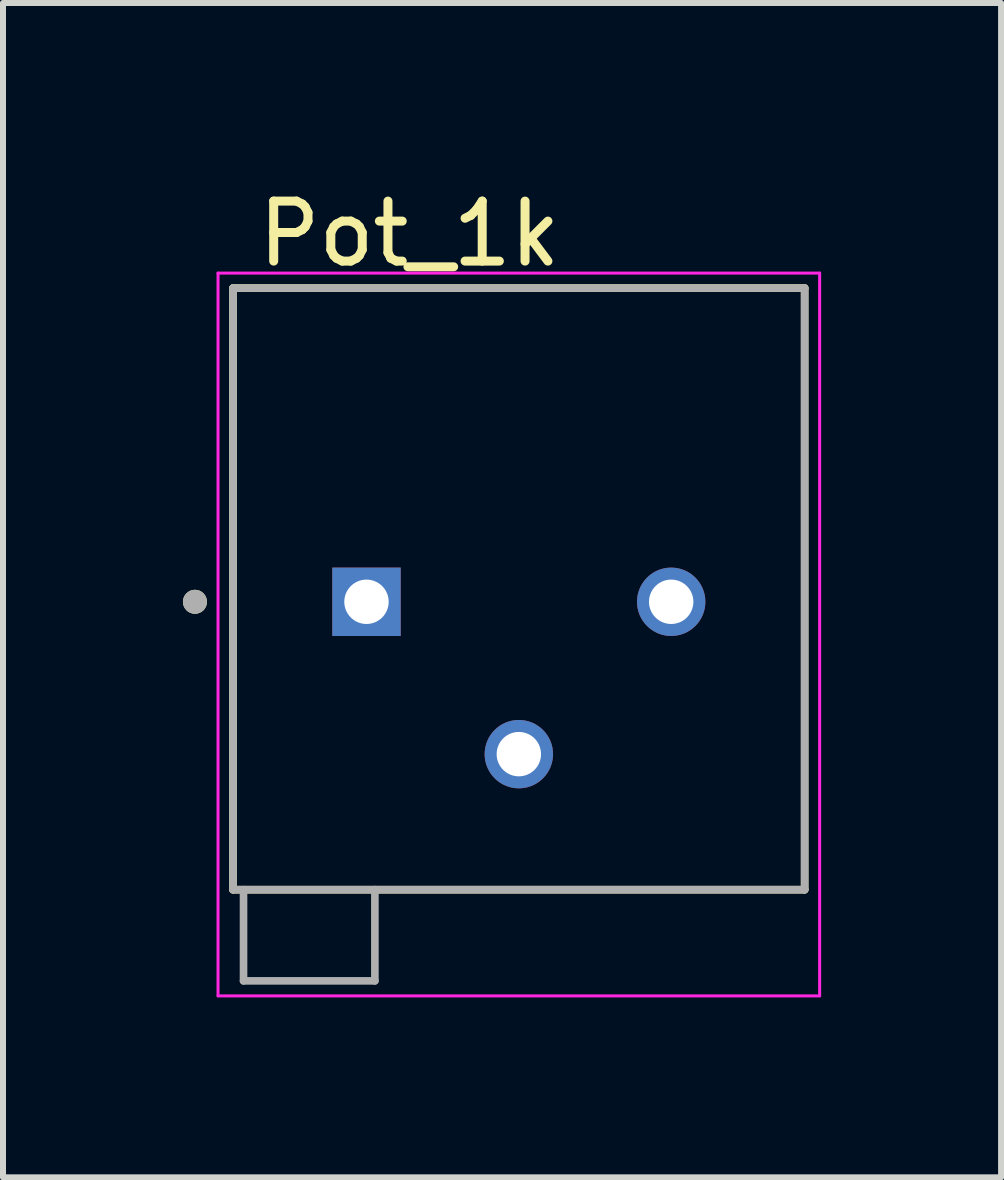
<source format=kicad_pcb>
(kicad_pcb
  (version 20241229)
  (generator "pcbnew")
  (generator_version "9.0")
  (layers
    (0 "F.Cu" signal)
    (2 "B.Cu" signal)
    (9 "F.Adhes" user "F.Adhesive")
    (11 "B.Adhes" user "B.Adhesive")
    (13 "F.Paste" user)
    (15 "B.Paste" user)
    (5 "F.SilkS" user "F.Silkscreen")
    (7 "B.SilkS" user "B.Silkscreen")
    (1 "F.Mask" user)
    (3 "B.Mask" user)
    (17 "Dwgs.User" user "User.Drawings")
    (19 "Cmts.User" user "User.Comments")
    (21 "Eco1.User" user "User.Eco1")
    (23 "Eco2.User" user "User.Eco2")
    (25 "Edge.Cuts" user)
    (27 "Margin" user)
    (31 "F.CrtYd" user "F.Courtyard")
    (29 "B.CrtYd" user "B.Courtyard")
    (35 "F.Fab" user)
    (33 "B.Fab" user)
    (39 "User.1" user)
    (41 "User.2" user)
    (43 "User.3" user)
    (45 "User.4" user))
  (footprint "Pot_1k"
    (layer "F.Cu")
    (at 5.6 6.983)
    (property "Reference" "Pot_1k" (at -1.825 -6.135 0) (layer "F.SilkS") (effects (font (size 1 1) (thickness 0.15))))
    (attr through_hole)
    (fp_line (start -4.765 -5.23) (end 4.765 -5.23) (stroke (width 0.127) (type solid)) (layer "F.SilkS"))
    (fp_line (start -4.765 4.8) (end -4.765 -5.23) (stroke (width 0.127) (type solid)) (layer "F.SilkS"))
    (fp_line (start 4.765 -5.23) (end 4.765 4.8) (stroke (width 0.127) (type solid)) (layer "F.SilkS"))
    (fp_line (start 4.765 4.8) (end -4.765 4.8) (stroke (width 0.127) (type solid)) (layer "F.SilkS"))
    (fp_circle (center -5.4 0) (end -5.3 0) (stroke (width 0.2) (type solid)) (fill no) (layer "F.SilkS"))
    (fp_line (start -5.015 -5.48) (end 5.015 -5.48) (stroke (width 0.05) (type solid)) (layer "F.CrtYd"))
    (fp_line (start -5.015 6.57) (end -5.015 -5.48) (stroke (width 0.05) (type solid)) (layer "F.CrtYd"))
    (fp_line (start 5.015 -5.48) (end 5.015 6.57) (stroke (width 0.05) (type solid)) (layer "F.CrtYd"))
    (fp_line (start 5.015 6.57) (end -5.015 6.57) (stroke (width 0.05) (type solid)) (layer "F.CrtYd"))
    (fp_line (start -4.765 -5.23) (end 4.765 -5.23) (stroke (width 0.127) (type solid)) (layer "F.Fab"))
    (fp_line (start -4.765 4.8) (end -4.765 -5.23) (stroke (width 0.127) (type solid)) (layer "F.Fab"))
    (fp_line (start -4.59 4.8) (end -4.765 4.8) (stroke (width 0.127) (type solid)) (layer "F.Fab"))
    (fp_line (start -4.59 4.8) (end -4.59 6.32) (stroke (width 0.127) (type solid)) (layer "F.Fab"))
    (fp_line (start -4.59 6.32) (end -2.4 6.32) (stroke (width 0.127) (type solid)) (layer "F.Fab"))
    (fp_line (start -2.4 4.8) (end -4.59 4.8) (stroke (width 0.127) (type solid)) (layer "F.Fab"))
    (fp_line (start -2.4 6.32) (end -2.4 4.8) (stroke (width 0.127) (type solid)) (layer "F.Fab"))
    (fp_line (start 4.765 -5.23) (end 4.765 4.8) (stroke (width 0.127) (type solid)) (layer "F.Fab"))
    (fp_line (start 4.765 4.8) (end -2.4 4.8) (stroke (width 0.127) (type solid)) (layer "F.Fab"))
    (fp_circle (center -5.4 0) (end -5.3 0) (stroke (width 0.2) (type solid)) (fill no) (layer "F.Fab"))
    (pad "1" thru_hole rect (at -2.54 0) (size 1.14 1.14) (drill 0.74) (layers "*.Cu" "*.Mask"))
    (pad "2" thru_hole circle (at 0 2.54) (size 1.14 1.14) (drill 0.74) (layers "*.Cu" "*.Mask"))
    (pad "3" thru_hole circle (at 2.54 0) (size 1.14 1.14) (drill 0.74) (layers "*.Cu" "*.Mask")))
  (gr_rect
    (start -3 -3)
    (end 13.64 16.578)
    (stroke (width 0.1) (type default))
    (fill no)
    (layer "Edge.Cuts")))
</source>
